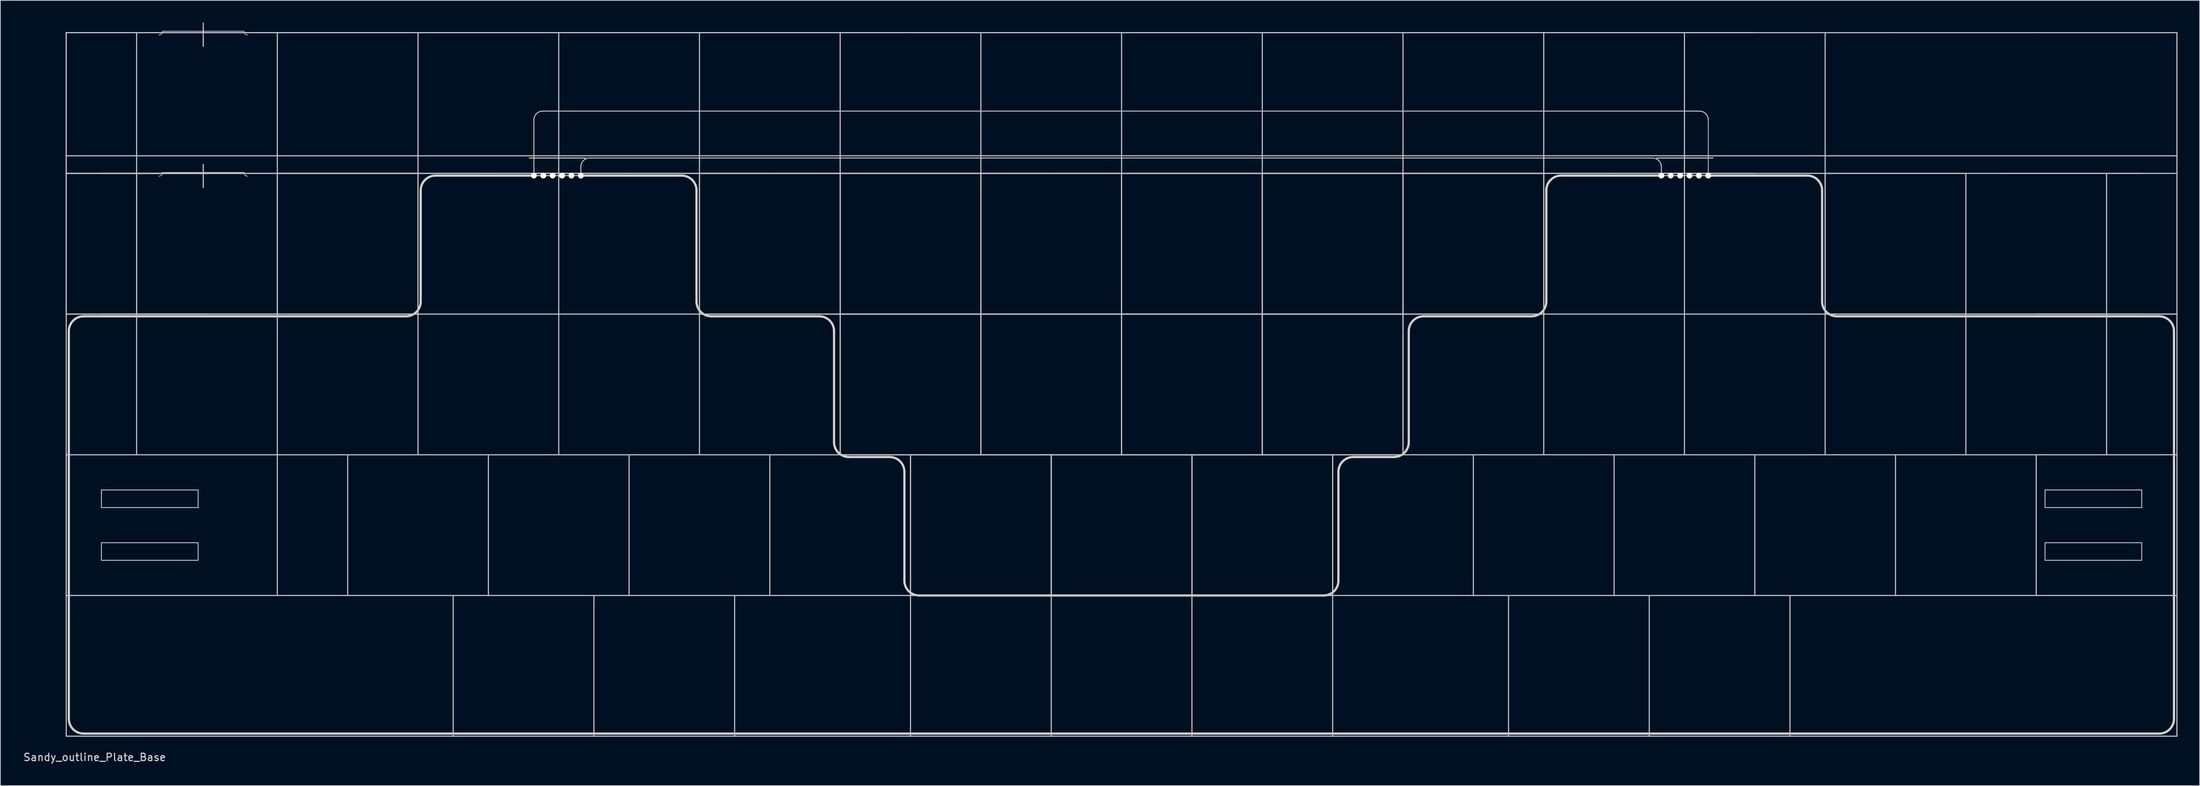
<source format=kicad_pcb>
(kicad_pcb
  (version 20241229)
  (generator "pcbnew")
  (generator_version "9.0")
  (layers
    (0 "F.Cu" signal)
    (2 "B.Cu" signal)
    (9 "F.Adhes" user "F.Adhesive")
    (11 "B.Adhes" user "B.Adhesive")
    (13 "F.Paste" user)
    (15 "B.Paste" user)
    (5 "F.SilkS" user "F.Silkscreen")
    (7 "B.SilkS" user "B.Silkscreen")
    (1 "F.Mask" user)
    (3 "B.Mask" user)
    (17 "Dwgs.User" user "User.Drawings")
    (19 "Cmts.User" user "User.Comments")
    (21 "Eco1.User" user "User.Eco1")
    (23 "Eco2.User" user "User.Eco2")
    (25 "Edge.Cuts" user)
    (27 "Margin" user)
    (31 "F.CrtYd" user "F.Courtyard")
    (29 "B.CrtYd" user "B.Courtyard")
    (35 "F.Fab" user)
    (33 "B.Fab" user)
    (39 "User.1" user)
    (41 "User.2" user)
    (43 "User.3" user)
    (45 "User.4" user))
  (footprint "Sandy_outline_Plate_Base"
    (layer "F.Cu")
    (at 5.918 1.375)
    (property "Reference" "Sandy_outline_Plate_Base" (at 3.85 98.1 0) (layer "Edge.Cuts") (effects (font (size 1 1) (thickness 0.15))))
    (attr through_hole)
    (fp_rect (start 4.763 61.913) (end 17.859 64.294) (stroke (width 0.1) (type solid)) (fill yes) (layer "F.Mask"))
    (fp_rect (start 4.763 69.056) (end 17.859 71.438) (stroke (width 0.1) (type solid)) (fill yes) (layer "F.Mask"))
    (fp_rect (start 267.891 61.913) (end 280.988 64.294) (stroke (width 0.1) (type solid)) (fill yes) (layer "F.Mask"))
    (fp_rect (start 267.891 69.056) (end 280.988 71.438) (stroke (width 0.1) (type solid)) (fill yes) (layer "F.Mask"))
    (fp_rect (start 4.763 61.913) (end 17.859 64.294) (stroke (width 0.1) (type solid)) (fill yes) (layer "B.Mask"))
    (fp_rect (start 4.763 69.056) (end 17.859 71.438) (stroke (width 0.1) (type solid)) (fill yes) (layer "B.Mask"))
    (fp_rect (start 267.891 61.913) (end 280.988 64.294) (stroke (width 0.1) (type solid)) (fill yes) (layer "B.Mask"))
    (fp_rect (start 267.891 69.056) (end 280.988 71.438) (stroke (width 0.1) (type solid)) (fill yes) (layer "B.Mask"))
    (fp_line (start 0 0) (end 19.05 0) (stroke (width 0.15) (type solid)) (layer "Dwgs.User"))
    (fp_line (start 0 0) (end 19.05 0) (stroke (width 0.15) (type solid)) (layer "Dwgs.User"))
    (fp_line (start 0 19.05) (end 0 0) (stroke (width 0.15) (type solid)) (layer "Dwgs.User"))
    (fp_line (start 0 19.05) (end 0 0) (stroke (width 0.15) (type solid)) (layer "Dwgs.User"))
    (fp_line (start 0 19.05) (end 0 38.1) (stroke (width 0.15) (type solid)) (layer "Dwgs.User"))
    (fp_line (start 0 19.05) (end 0 38.1) (stroke (width 0.15) (type solid)) (layer "Dwgs.User"))
    (fp_line (start 0 38.1) (end 19.05 38.1) (stroke (width 0.15) (type solid)) (layer "Dwgs.User"))
    (fp_line (start 0 57.15) (end 0 38.1) (stroke (width 0.15) (type solid)) (layer "Dwgs.User"))
    (fp_line (start 0 57.15) (end 104.775 57.15) (stroke (width 0.15) (type solid)) (layer "Dwgs.User"))
    (fp_line (start 0 76.2) (end 0 57.15) (stroke (width 0.15) (type solid)) (layer "Dwgs.User"))
    (fp_line (start 0 76.2) (end 0 57.15) (stroke (width 0.15) (type solid)) (layer "Dwgs.User"))
    (fp_line (start 0 76.2) (end 0 95.25) (stroke (width 0.15) (type solid)) (layer "Dwgs.User"))
    (fp_line (start 0 95.25) (end 285.75 95.25) (stroke (width 0.15) (type solid)) (layer "Dwgs.User"))
    (fp_line (start 4.763 19.05) (end 23.812 19.05) (stroke (width 0.15) (type solid)) (layer "Dwgs.User"))
    (fp_line (start 4.763 19.05) (end 23.812 19.05) (stroke (width 0.15) (type solid)) (layer "Dwgs.User"))
    (fp_line (start 9.525 0) (end 9.525 19.05) (stroke (width 0.15) (type solid)) (layer "Dwgs.User"))
    (fp_line (start 9.525 38.1) (end 9.525 19.05) (stroke (width 0.15) (type solid)) (layer "Dwgs.User"))
    (fp_line (start 9.525 38.1) (end 9.525 19.05) (stroke (width 0.15) (type solid)) (layer "Dwgs.User"))
    (fp_line (start 9.525 38.1) (end 9.525 57.15) (stroke (width 0.15) (type solid)) (layer "Dwgs.User"))
    (fp_line (start 13.05 -0.2) (end 24.05 -0.2) (stroke (width 0.1) (type solid)) (layer "Dwgs.User"))
    (fp_line (start 13.05 18.925) (end 24.05 18.925) (stroke (width 0.1) (type solid)) (layer "Dwgs.User"))
    (fp_line (start 18.55 -1.3) (end 18.55 1.85) (stroke (width 0.15) (type solid)) (layer "Dwgs.User"))
    (fp_line (start 18.55 17.825) (end 18.55 20.975) (stroke (width 0.15) (type solid)) (layer "Dwgs.User"))
    (fp_line (start 19.05 0) (end 38.1 0) (stroke (width 0.15) (type solid)) (layer "Dwgs.User"))
    (fp_line (start 19.05 0) (end 38.1 0) (stroke (width 0.15) (type solid)) (layer "Dwgs.User"))
    (fp_line (start 19.05 19.05) (end 0 19.05) (stroke (width 0.15) (type solid)) (layer "Dwgs.User"))
    (fp_line (start 19.05 19.05) (end 0 19.05) (stroke (width 0.15) (type solid)) (layer "Dwgs.User"))
    (fp_line (start 19.05 19.05) (end 0 19.05) (stroke (width 0.15) (type solid)) (layer "Dwgs.User"))
    (fp_line (start 19.05 38.1) (end 0 38.1) (stroke (width 0.15) (type solid)) (layer "Dwgs.User"))
    (fp_line (start 23.812 38.1) (end 4.763 38.1) (stroke (width 0.15) (type solid)) (layer "Dwgs.User"))
    (fp_line (start 28.575 19.05) (end 28.575 0) (stroke (width 0.15) (type solid)) (layer "Dwgs.User"))
    (fp_line (start 28.575 19.05) (end 47.625 19.05) (stroke (width 0.15) (type solid)) (layer "Dwgs.User"))
    (fp_line (start 28.575 19.05) (end 47.625 19.05) (stroke (width 0.15) (type solid)) (layer "Dwgs.User"))
    (fp_line (start 28.575 38.1) (end 9.525 38.1) (stroke (width 0.15) (type solid)) (layer "Dwgs.User"))
    (fp_line (start 28.575 38.1) (end 9.525 38.1) (stroke (width 0.15) (type solid)) (layer "Dwgs.User"))
    (fp_line (start 28.575 38.1) (end 28.575 19.05) (stroke (width 0.15) (type solid)) (layer "Dwgs.User"))
    (fp_line (start 28.575 38.1) (end 28.575 19.05) (stroke (width 0.15) (type solid)) (layer "Dwgs.User"))
    (fp_line (start 28.575 38.1) (end 28.575 57.15) (stroke (width 0.15) (type solid)) (layer "Dwgs.User"))
    (fp_line (start 28.575 57.15) (end 28.575 76.2) (stroke (width 0.15) (type solid)) (layer "Dwgs.User"))
    (fp_line (start 38.1 0) (end 57.15 0) (stroke (width 0.15) (type solid)) (layer "Dwgs.User"))
    (fp_line (start 38.1 0) (end 57.15 0) (stroke (width 0.15) (type solid)) (layer "Dwgs.User"))
    (fp_line (start 38.1 19.05) (end 19.05 19.05) (stroke (width 0.15) (type solid)) (layer "Dwgs.User"))
    (fp_line (start 38.1 19.05) (end 19.05 19.05) (stroke (width 0.15) (type solid)) (layer "Dwgs.User"))
    (fp_line (start 38.1 57.15) (end 38.1 76.2) (stroke (width 0.15) (type solid)) (layer "Dwgs.User"))
    (fp_line (start 47.625 0) (end 47.625 19.05) (stroke (width 0.15) (type solid)) (layer "Dwgs.User"))
    (fp_line (start 47.625 19.05) (end 47.625 38.1) (stroke (width 0.15) (type solid)) (layer "Dwgs.User"))
    (fp_line (start 47.625 19.05) (end 47.625 38.1) (stroke (width 0.15) (type solid)) (layer "Dwgs.User"))
    (fp_line (start 47.625 38.1) (end 28.575 38.1) (stroke (width 0.15) (type solid)) (layer "Dwgs.User"))
    (fp_line (start 47.625 38.1) (end 28.575 38.1) (stroke (width 0.15) (type solid)) (layer "Dwgs.User"))
    (fp_line (start 47.625 38.1) (end 47.625 57.15) (stroke (width 0.15) (type solid)) (layer "Dwgs.User"))
    (fp_line (start 47.625 38.1) (end 85.725 38.1) (stroke (width 0.15) (type solid)) (layer "Dwgs.User"))
    (fp_line (start 52.388 76.2) (end 52.388 95.25) (stroke (width 0.15) (type solid)) (layer "Dwgs.User"))
    (fp_line (start 57.15 0) (end 76.2 0) (stroke (width 0.15) (type solid)) (layer "Dwgs.User"))
    (fp_line (start 57.15 0) (end 76.2 0) (stroke (width 0.15) (type solid)) (layer "Dwgs.User"))
    (fp_line (start 57.15 19.05) (end 38.1 19.05) (stroke (width 0.15) (type solid)) (layer "Dwgs.User"))
    (fp_line (start 57.15 19.05) (end 38.1 19.05) (stroke (width 0.15) (type solid)) (layer "Dwgs.User"))
    (fp_line (start 57.15 57.15) (end 57.15 76.2) (stroke (width 0.15) (type solid)) (layer "Dwgs.User"))
    (fp_line (start 66.675 0) (end 66.675 19.05) (stroke (width 0.15) (type solid)) (layer "Dwgs.User"))
    (fp_line (start 66.675 19.05) (end 66.675 38.1) (stroke (width 0.15) (type solid)) (layer "Dwgs.User"))
    (fp_line (start 66.675 38.1) (end 66.675 57.15) (stroke (width 0.15) (type solid)) (layer "Dwgs.User"))
    (fp_line (start 70.288 16.969) (end 62.688 16.969) (stroke (width 0.15) (type solid)) (layer "Dwgs.User"))
    (fp_line (start 70.288 19.35) (end 62.688 19.35) (stroke (width 0.15) (type solid)) (layer "Dwgs.User"))
    (fp_line (start 71.438 76.2) (end 71.438 95.25) (stroke (width 0.15) (type solid)) (layer "Dwgs.User"))
    (fp_line (start 76.2 0) (end 95.25 0) (stroke (width 0.15) (type solid)) (layer "Dwgs.User"))
    (fp_line (start 76.2 0) (end 95.25 0) (stroke (width 0.15) (type solid)) (layer "Dwgs.User"))
    (fp_line (start 76.2 19.05) (end 57.15 19.05) (stroke (width 0.15) (type solid)) (layer "Dwgs.User"))
    (fp_line (start 76.2 19.05) (end 57.15 19.05) (stroke (width 0.15) (type solid)) (layer "Dwgs.User"))
    (fp_line (start 76.2 57.15) (end 76.2 76.2) (stroke (width 0.15) (type solid)) (layer "Dwgs.User"))
    (fp_line (start 85.725 19.05) (end 85.725 0) (stroke (width 0.15) (type solid)) (layer "Dwgs.User"))
    (fp_line (start 85.725 19.05) (end 104.775 19.05) (stroke (width 0.15) (type solid)) (layer "Dwgs.User"))
    (fp_line (start 85.725 19.05) (end 104.775 19.05) (stroke (width 0.15) (type solid)) (layer "Dwgs.User"))
    (fp_line (start 85.725 38.1) (end 85.725 19.05) (stroke (width 0.15) (type solid)) (layer "Dwgs.User"))
    (fp_line (start 85.725 38.1) (end 85.725 19.05) (stroke (width 0.15) (type solid)) (layer "Dwgs.User"))
    (fp_line (start 85.725 38.1) (end 85.725 57.15) (stroke (width 0.15) (type solid)) (layer "Dwgs.User"))
    (fp_line (start 90.487 76.2) (end 90.487 95.25) (stroke (width 0.15) (type solid)) (layer "Dwgs.User"))
    (fp_line (start 95.25 0) (end 114.3 0) (stroke (width 0.15) (type solid)) (layer "Dwgs.User"))
    (fp_line (start 95.25 0) (end 114.3 0) (stroke (width 0.15) (type solid)) (layer "Dwgs.User"))
    (fp_line (start 95.25 19.05) (end 76.2 19.05) (stroke (width 0.15) (type solid)) (layer "Dwgs.User"))
    (fp_line (start 95.25 19.05) (end 76.2 19.05) (stroke (width 0.15) (type solid)) (layer "Dwgs.User"))
    (fp_line (start 95.25 57.15) (end 95.25 76.2) (stroke (width 0.15) (type solid)) (layer "Dwgs.User"))
    (fp_line (start 104.775 0) (end 104.775 19.05) (stroke (width 0.15) (type solid)) (layer "Dwgs.User"))
    (fp_line (start 104.775 19.05) (end 104.775 38.1) (stroke (width 0.15) (type solid)) (layer "Dwgs.User"))
    (fp_line (start 104.775 19.05) (end 123.825 19.05) (stroke (width 0.15) (type solid)) (layer "Dwgs.User"))
    (fp_line (start 104.775 19.05) (end 123.825 19.05) (stroke (width 0.15) (type solid)) (layer "Dwgs.User"))
    (fp_line (start 104.775 38.1) (end 85.725 38.1) (stroke (width 0.15) (type solid)) (layer "Dwgs.User"))
    (fp_line (start 104.775 38.1) (end 85.725 38.1) (stroke (width 0.15) (type solid)) (layer "Dwgs.User"))
    (fp_line (start 104.775 38.1) (end 104.775 19.05) (stroke (width 0.15) (type solid)) (layer "Dwgs.User"))
    (fp_line (start 104.775 38.1) (end 104.775 19.05) (stroke (width 0.15) (type solid)) (layer "Dwgs.User"))
    (fp_line (start 104.775 38.1) (end 123.825 38.1) (stroke (width 0.15) (type solid)) (layer "Dwgs.User"))
    (fp_line (start 104.775 38.1) (end 123.825 38.1) (stroke (width 0.15) (type solid)) (layer "Dwgs.User"))
    (fp_line (start 104.775 57.15) (end 104.775 38.1) (stroke (width 0.15) (type solid)) (layer "Dwgs.User"))
    (fp_line (start 104.775 57.15) (end 104.775 38.1) (stroke (width 0.15) (type solid)) (layer "Dwgs.User"))
    (fp_line (start 114.3 0) (end 133.35 0) (stroke (width 0.15) (type solid)) (layer "Dwgs.User"))
    (fp_line (start 114.3 0) (end 133.35 0) (stroke (width 0.15) (type solid)) (layer "Dwgs.User"))
    (fp_line (start 114.3 19.05) (end 95.25 19.05) (stroke (width 0.15) (type solid)) (layer "Dwgs.User"))
    (fp_line (start 114.3 19.05) (end 95.25 19.05) (stroke (width 0.15) (type solid)) (layer "Dwgs.User"))
    (fp_line (start 114.3 57.15) (end 133.35 57.15) (stroke (width 0.15) (type solid)) (layer "Dwgs.User"))
    (fp_line (start 114.3 57.15) (end 133.35 57.15) (stroke (width 0.15) (type solid)) (layer "Dwgs.User"))
    (fp_line (start 114.3 76.2) (end 0 76.2) (stroke (width 0.15) (type solid)) (layer "Dwgs.User"))
    (fp_line (start 114.3 76.2) (end 114.3 57.15) (stroke (width 0.15) (type solid)) (layer "Dwgs.User"))
    (fp_line (start 114.3 76.2) (end 114.3 57.15) (stroke (width 0.15) (type solid)) (layer "Dwgs.User"))
    (fp_line (start 114.3 76.2) (end 114.3 95.25) (stroke (width 0.15) (type solid)) (layer "Dwgs.User"))
    (fp_line (start 114.3 76.2) (end 133.35 76.2) (stroke (width 0.15) (type solid)) (layer "Dwgs.User"))
    (fp_line (start 123.825 19.05) (end 123.825 0) (stroke (width 0.15) (type solid)) (layer "Dwgs.User"))
    (fp_line (start 123.825 19.05) (end 123.825 38.1) (stroke (width 0.15) (type solid)) (layer "Dwgs.User"))
    (fp_line (start 123.825 19.05) (end 123.825 38.1) (stroke (width 0.15) (type solid)) (layer "Dwgs.User"))
    (fp_line (start 123.825 19.05) (end 142.875 19.05) (stroke (width 0.15) (type solid)) (layer "Dwgs.User"))
    (fp_line (start 123.825 19.05) (end 142.875 19.05) (stroke (width 0.15) (type solid)) (layer "Dwgs.User"))
    (fp_line (start 123.825 38.1) (end 104.775 38.1) (stroke (width 0.15) (type solid)) (layer "Dwgs.User"))
    (fp_line (start 123.825 38.1) (end 104.775 38.1) (stroke (width 0.15) (type solid)) (layer "Dwgs.User"))
    (fp_line (start 123.825 38.1) (end 123.825 19.05) (stroke (width 0.15) (type solid)) (layer "Dwgs.User"))
    (fp_line (start 123.825 38.1) (end 123.825 57.15) (stroke (width 0.15) (type solid)) (layer "Dwgs.User"))
    (fp_line (start 123.825 38.1) (end 142.875 38.1) (stroke (width 0.15) (type solid)) (layer "Dwgs.User"))
    (fp_line (start 123.825 38.1) (end 142.875 38.1) (stroke (width 0.15) (type solid)) (layer "Dwgs.User"))
    (fp_line (start 123.825 57.15) (end 104.775 57.15) (stroke (width 0.15) (type solid)) (layer "Dwgs.User"))
    (fp_line (start 123.825 57.15) (end 104.775 57.15) (stroke (width 0.15) (type solid)) (layer "Dwgs.User"))
    (fp_line (start 123.825 57.15) (end 123.825 38.1) (stroke (width 0.15) (type solid)) (layer "Dwgs.User"))
    (fp_line (start 123.825 57.15) (end 123.825 38.1) (stroke (width 0.15) (type solid)) (layer "Dwgs.User"))
    (fp_line (start 133.35 0) (end 152.4 0) (stroke (width 0.15) (type solid)) (layer "Dwgs.User"))
    (fp_line (start 133.35 0) (end 152.4 0) (stroke (width 0.15) (type solid)) (layer "Dwgs.User"))
    (fp_line (start 133.35 19.05) (end 114.3 19.05) (stroke (width 0.15) (type solid)) (layer "Dwgs.User"))
    (fp_line (start 133.35 19.05) (end 114.3 19.05) (stroke (width 0.15) (type solid)) (layer "Dwgs.User"))
    (fp_line (start 133.35 57.15) (end 133.35 76.2) (stroke (width 0.15) (type solid)) (layer "Dwgs.User"))
    (fp_line (start 133.35 57.15) (end 152.4 57.15) (stroke (width 0.15) (type solid)) (layer "Dwgs.User"))
    (fp_line (start 133.35 57.15) (end 152.4 57.15) (stroke (width 0.15) (type solid)) (layer "Dwgs.User"))
    (fp_line (start 133.35 76.2) (end 114.3 76.2) (stroke (width 0.15) (type solid)) (layer "Dwgs.User"))
    (fp_line (start 133.35 76.2) (end 114.3 76.2) (stroke (width 0.15) (type solid)) (layer "Dwgs.User"))
    (fp_line (start 133.35 76.2) (end 133.35 57.15) (stroke (width 0.15) (type solid)) (layer "Dwgs.User"))
    (fp_line (start 133.35 76.2) (end 133.35 57.15) (stroke (width 0.15) (type solid)) (layer "Dwgs.User"))
    (fp_line (start 133.35 76.2) (end 133.35 95.25) (stroke (width 0.15) (type solid)) (layer "Dwgs.User"))
    (fp_line (start 142.875 19.05) (end 142.875 0) (stroke (width 0.15) (type solid)) (layer "Dwgs.User"))
    (fp_line (start 142.875 19.05) (end 142.875 38.1) (stroke (width 0.15) (type solid)) (layer "Dwgs.User"))
    (fp_line (start 142.875 19.05) (end 142.875 38.1) (stroke (width 0.15) (type solid)) (layer "Dwgs.User"))
    (fp_line (start 142.875 19.05) (end 161.925 19.05) (stroke (width 0.15) (type solid)) (layer "Dwgs.User"))
    (fp_line (start 142.875 19.05) (end 161.925 19.05) (stroke (width 0.15) (type solid)) (layer "Dwgs.User"))
    (fp_line (start 142.875 38.1) (end 123.825 38.1) (stroke (width 0.15) (type solid)) (layer "Dwgs.User"))
    (fp_line (start 142.875 38.1) (end 123.825 38.1) (stroke (width 0.15) (type solid)) (layer "Dwgs.User"))
    (fp_line (start 142.875 38.1) (end 142.875 19.05) (stroke (width 0.15) (type solid)) (layer "Dwgs.User"))
    (fp_line (start 142.875 38.1) (end 142.875 57.15) (stroke (width 0.15) (type solid)) (layer "Dwgs.User"))
    (fp_line (start 142.875 38.1) (end 161.925 38.1) (stroke (width 0.15) (type solid)) (layer "Dwgs.User"))
    (fp_line (start 142.875 38.1) (end 161.925 38.1) (stroke (width 0.15) (type solid)) (layer "Dwgs.User"))
    (fp_line (start 142.875 57.15) (end 123.825 57.15) (stroke (width 0.15) (type solid)) (layer "Dwgs.User"))
    (fp_line (start 142.875 57.15) (end 123.825 57.15) (stroke (width 0.15) (type solid)) (layer "Dwgs.User"))
    (fp_line (start 142.875 57.15) (end 142.875 38.1) (stroke (width 0.15) (type solid)) (layer "Dwgs.User"))
    (fp_line (start 142.875 57.15) (end 142.875 38.1) (stroke (width 0.15) (type solid)) (layer "Dwgs.User"))
    (fp_line (start 152.4 0) (end 171.45 0) (stroke (width 0.15) (type solid)) (layer "Dwgs.User"))
    (fp_line (start 152.4 0) (end 171.45 0) (stroke (width 0.15) (type solid)) (layer "Dwgs.User"))
    (fp_line (start 152.4 19.05) (end 133.35 19.05) (stroke (width 0.15) (type solid)) (layer "Dwgs.User"))
    (fp_line (start 152.4 19.05) (end 133.35 19.05) (stroke (width 0.15) (type solid)) (layer "Dwgs.User"))
    (fp_line (start 152.4 57.15) (end 152.4 76.2) (stroke (width 0.15) (type solid)) (layer "Dwgs.User"))
    (fp_line (start 152.4 57.15) (end 171.45 57.15) (stroke (width 0.15) (type solid)) (layer "Dwgs.User"))
    (fp_line (start 152.4 57.15) (end 171.45 57.15) (stroke (width 0.15) (type solid)) (layer "Dwgs.User"))
    (fp_line (start 152.4 76.2) (end 133.35 76.2) (stroke (width 0.15) (type solid)) (layer "Dwgs.User"))
    (fp_line (start 152.4 76.2) (end 133.35 76.2) (stroke (width 0.15) (type solid)) (layer "Dwgs.User"))
    (fp_line (start 152.4 76.2) (end 152.4 57.15) (stroke (width 0.15) (type solid)) (layer "Dwgs.User"))
    (fp_line (start 152.4 76.2) (end 152.4 57.15) (stroke (width 0.15) (type solid)) (layer "Dwgs.User"))
    (fp_line (start 152.4 76.2) (end 152.4 95.25) (stroke (width 0.15) (type solid)) (layer "Dwgs.User"))
    (fp_line (start 161.925 0) (end 161.925 19.05) (stroke (width 0.15) (type solid)) (layer "Dwgs.User"))
    (fp_line (start 161.925 19.05) (end 161.925 38.1) (stroke (width 0.15) (type solid)) (layer "Dwgs.User"))
    (fp_line (start 161.925 19.05) (end 180.975 19.05) (stroke (width 0.15) (type solid)) (layer "Dwgs.User"))
    (fp_line (start 161.925 19.05) (end 180.975 19.05) (stroke (width 0.15) (type solid)) (layer "Dwgs.User"))
    (fp_line (start 161.925 38.1) (end 142.875 38.1) (stroke (width 0.15) (type solid)) (layer "Dwgs.User"))
    (fp_line (start 161.925 38.1) (end 142.875 38.1) (stroke (width 0.15) (type solid)) (layer "Dwgs.User"))
    (fp_line (start 161.925 38.1) (end 161.925 19.05) (stroke (width 0.15) (type solid)) (layer "Dwgs.User"))
    (fp_line (start 161.925 38.1) (end 161.925 19.05) (stroke (width 0.15) (type solid)) (layer "Dwgs.User"))
    (fp_line (start 161.925 38.1) (end 161.925 57.15) (stroke (width 0.15) (type solid)) (layer "Dwgs.User"))
    (fp_line (start 161.925 38.1) (end 180.975 38.1) (stroke (width 0.15) (type solid)) (layer "Dwgs.User"))
    (fp_line (start 161.925 38.1) (end 180.975 38.1) (stroke (width 0.15) (type solid)) (layer "Dwgs.User"))
    (fp_line (start 161.925 57.15) (end 142.875 57.15) (stroke (width 0.15) (type solid)) (layer "Dwgs.User"))
    (fp_line (start 161.925 57.15) (end 142.875 57.15) (stroke (width 0.15) (type solid)) (layer "Dwgs.User"))
    (fp_line (start 161.925 57.15) (end 161.925 38.1) (stroke (width 0.15) (type solid)) (layer "Dwgs.User"))
    (fp_line (start 161.925 57.15) (end 161.925 38.1) (stroke (width 0.15) (type solid)) (layer "Dwgs.User"))
    (fp_line (start 171.45 0) (end 190.5 0) (stroke (width 0.15) (type solid)) (layer "Dwgs.User"))
    (fp_line (start 171.45 0) (end 190.5 0) (stroke (width 0.15) (type solid)) (layer "Dwgs.User"))
    (fp_line (start 171.45 19.05) (end 152.4 19.05) (stroke (width 0.15) (type solid)) (layer "Dwgs.User"))
    (fp_line (start 171.45 19.05) (end 152.4 19.05) (stroke (width 0.15) (type solid)) (layer "Dwgs.User"))
    (fp_line (start 171.45 57.15) (end 171.45 76.2) (stroke (width 0.15) (type solid)) (layer "Dwgs.User"))
    (fp_line (start 171.45 57.15) (end 171.45 76.2) (stroke (width 0.15) (type solid)) (layer "Dwgs.User"))
    (fp_line (start 171.45 76.2) (end 152.4 76.2) (stroke (width 0.15) (type solid)) (layer "Dwgs.User"))
    (fp_line (start 171.45 76.2) (end 152.4 76.2) (stroke (width 0.15) (type solid)) (layer "Dwgs.User"))
    (fp_line (start 171.45 76.2) (end 171.45 95.25) (stroke (width 0.15) (type solid)) (layer "Dwgs.User"))
    (fp_line (start 171.45 76.2) (end 285.75 76.2) (stroke (width 0.15) (type solid)) (layer "Dwgs.User"))
    (fp_line (start 180.975 0) (end 180.975 19.05) (stroke (width 0.15) (type solid)) (layer "Dwgs.User"))
    (fp_line (start 180.975 19.05) (end 180.975 38.1) (stroke (width 0.15) (type solid)) (layer "Dwgs.User"))
    (fp_line (start 180.975 19.05) (end 180.975 38.1) (stroke (width 0.15) (type solid)) (layer "Dwgs.User"))
    (fp_line (start 180.975 19.05) (end 200.025 19.05) (stroke (width 0.15) (type solid)) (layer "Dwgs.User"))
    (fp_line (start 180.975 19.05) (end 200.025 19.05) (stroke (width 0.15) (type solid)) (layer "Dwgs.User"))
    (fp_line (start 180.975 38.1) (end 161.925 38.1) (stroke (width 0.15) (type solid)) (layer "Dwgs.User"))
    (fp_line (start 180.975 38.1) (end 161.925 38.1) (stroke (width 0.15) (type solid)) (layer "Dwgs.User"))
    (fp_line (start 180.975 38.1) (end 180.975 19.05) (stroke (width 0.15) (type solid)) (layer "Dwgs.User"))
    (fp_line (start 180.975 38.1) (end 180.975 57.15) (stroke (width 0.15) (type solid)) (layer "Dwgs.User"))
    (fp_line (start 180.975 38.1) (end 180.975 57.15) (stroke (width 0.15) (type solid)) (layer "Dwgs.User"))
    (fp_line (start 180.975 57.15) (end 161.925 57.15) (stroke (width 0.15) (type solid)) (layer "Dwgs.User"))
    (fp_line (start 180.975 57.15) (end 161.925 57.15) (stroke (width 0.15) (type solid)) (layer "Dwgs.User"))
    (fp_line (start 180.975 57.15) (end 285.75 57.15) (stroke (width 0.15) (type solid)) (layer "Dwgs.User"))
    (fp_line (start 190.5 0) (end 209.55 0) (stroke (width 0.15) (type solid)) (layer "Dwgs.User"))
    (fp_line (start 190.5 0) (end 209.55 0) (stroke (width 0.15) (type solid)) (layer "Dwgs.User"))
    (fp_line (start 190.5 19.05) (end 171.45 19.05) (stroke (width 0.15) (type solid)) (layer "Dwgs.User"))
    (fp_line (start 190.5 19.05) (end 171.45 19.05) (stroke (width 0.15) (type solid)) (layer "Dwgs.User"))
    (fp_line (start 190.5 57.15) (end 190.5 76.2) (stroke (width 0.15) (type solid)) (layer "Dwgs.User"))
    (fp_line (start 195.262 76.2) (end 195.262 95.25) (stroke (width 0.15) (type solid)) (layer "Dwgs.User"))
    (fp_line (start 200.025 19.05) (end 200.025 0) (stroke (width 0.15) (type solid)) (layer "Dwgs.User"))
    (fp_line (start 200.025 19.05) (end 200.025 38.1) (stroke (width 0.15) (type solid)) (layer "Dwgs.User"))
    (fp_line (start 200.025 19.05) (end 200.025 38.1) (stroke (width 0.15) (type solid)) (layer "Dwgs.User"))
    (fp_line (start 200.025 38.1) (end 180.975 38.1) (stroke (width 0.15) (type solid)) (layer "Dwgs.User"))
    (fp_line (start 200.025 38.1) (end 180.975 38.1) (stroke (width 0.15) (type solid)) (layer "Dwgs.User"))
    (fp_line (start 200.025 38.1) (end 200.025 57.15) (stroke (width 0.15) (type solid)) (layer "Dwgs.User"))
    (fp_line (start 200.025 38.1) (end 238.125 38.1) (stroke (width 0.15) (type solid)) (layer "Dwgs.User"))
    (fp_line (start 209.55 0) (end 228.6 0) (stroke (width 0.15) (type solid)) (layer "Dwgs.User"))
    (fp_line (start 209.55 0) (end 228.6 0) (stroke (width 0.15) (type solid)) (layer "Dwgs.User"))
    (fp_line (start 209.55 19.05) (end 190.5 19.05) (stroke (width 0.15) (type solid)) (layer "Dwgs.User"))
    (fp_line (start 209.55 19.05) (end 190.5 19.05) (stroke (width 0.15) (type solid)) (layer "Dwgs.User"))
    (fp_line (start 209.55 57.15) (end 209.55 76.2) (stroke (width 0.15) (type solid)) (layer "Dwgs.User"))
    (fp_line (start 214.312 76.2) (end 214.312 95.25) (stroke (width 0.15) (type solid)) (layer "Dwgs.User"))
    (fp_line (start 219.075 19.05) (end 219.075 0) (stroke (width 0.15) (type solid)) (layer "Dwgs.User"))
    (fp_line (start 219.075 19.05) (end 219.075 38.1) (stroke (width 0.15) (type solid)) (layer "Dwgs.User"))
    (fp_line (start 219.075 38.1) (end 219.075 57.15) (stroke (width 0.15) (type solid)) (layer "Dwgs.User"))
    (fp_line (start 222.925 16.969) (end 215.325 16.969) (stroke (width 0.15) (type solid)) (layer "Dwgs.User"))
    (fp_line (start 222.925 19.35) (end 215.325 19.35) (stroke (width 0.15) (type solid)) (layer "Dwgs.User"))
    (fp_line (start 228.6 0) (end 247.65 0) (stroke (width 0.15) (type solid)) (layer "Dwgs.User"))
    (fp_line (start 228.6 19.05) (end 209.55 19.05) (stroke (width 0.15) (type solid)) (layer "Dwgs.User"))
    (fp_line (start 228.6 19.05) (end 209.55 19.05) (stroke (width 0.15) (type solid)) (layer "Dwgs.User"))
    (fp_line (start 228.6 57.15) (end 228.6 76.2) (stroke (width 0.15) (type solid)) (layer "Dwgs.User"))
    (fp_line (start 233.363 76.2) (end 233.363 95.25) (stroke (width 0.15) (type solid)) (layer "Dwgs.User"))
    (fp_line (start 238.125 0) (end 238.125 19.05) (stroke (width 0.15) (type solid)) (layer "Dwgs.User"))
    (fp_line (start 238.125 19.05) (end 257.175 19.05) (stroke (width 0.15) (type solid)) (layer "Dwgs.User"))
    (fp_line (start 238.125 38.1) (end 238.125 19.05) (stroke (width 0.15) (type solid)) (layer "Dwgs.User"))
    (fp_line (start 238.125 38.1) (end 238.125 19.05) (stroke (width 0.15) (type solid)) (layer "Dwgs.User"))
    (fp_line (start 238.125 38.1) (end 238.125 57.15) (stroke (width 0.15) (type solid)) (layer "Dwgs.User"))
    (fp_line (start 247.65 0) (end 266.7 0) (stroke (width 0.15) (type solid)) (layer "Dwgs.User"))
    (fp_line (start 247.65 19.05) (end 228.6 19.05) (stroke (width 0.15) (type solid)) (layer "Dwgs.User"))
    (fp_line (start 247.65 57.15) (end 247.65 76.2) (stroke (width 0.15) (type solid)) (layer "Dwgs.User"))
    (fp_line (start 257.175 19.05) (end 257.175 38.1) (stroke (width 0.15) (type solid)) (layer "Dwgs.User"))
    (fp_line (start 257.175 38.1) (end 238.125 38.1) (stroke (width 0.15) (type solid)) (layer "Dwgs.User"))
    (fp_line (start 257.175 38.1) (end 238.125 38.1) (stroke (width 0.15) (type solid)) (layer "Dwgs.User"))
    (fp_line (start 257.175 38.1) (end 257.175 57.15) (stroke (width 0.15) (type solid)) (layer "Dwgs.User"))
    (fp_line (start 261.938 19.05) (end 280.988 19.05) (stroke (width 0.15) (type solid)) (layer "Dwgs.User"))
    (fp_line (start 266.7 0) (end 285.75 0) (stroke (width 0.15) (type solid)) (layer "Dwgs.User"))
    (fp_line (start 266.7 19.05) (end 247.65 19.05) (stroke (width 0.15) (type solid)) (layer "Dwgs.User"))
    (fp_line (start 266.7 57.15) (end 266.7 76.2) (stroke (width 0.15) (type solid)) (layer "Dwgs.User"))
    (fp_line (start 276.225 38.1) (end 257.175 38.1) (stroke (width 0.15) (type solid)) (layer "Dwgs.User"))
    (fp_line (start 276.225 38.1) (end 276.225 19.05) (stroke (width 0.15) (type solid)) (layer "Dwgs.User"))
    (fp_line (start 276.225 38.1) (end 276.225 57.15) (stroke (width 0.15) (type solid)) (layer "Dwgs.User"))
    (fp_line (start 280.988 38.1) (end 257.175 38.1) (stroke (width 0.15) (type solid)) (layer "Dwgs.User"))
    (fp_line (start 285.75 0) (end 285.75 19.05) (stroke (width 0.15) (type solid)) (layer "Dwgs.User"))
    (fp_line (start 285.75 16.669) (end 0 16.669) (stroke (width 0.15) (type solid)) (layer "Dwgs.User"))
    (fp_line (start 285.75 19.05) (end 266.7 19.05) (stroke (width 0.15) (type solid)) (layer "Dwgs.User"))
    (fp_line (start 285.75 19.05) (end 285.75 38.1) (stroke (width 0.15) (type solid)) (layer "Dwgs.User"))
    (fp_line (start 285.75 38.1) (end 266.7 38.1) (stroke (width 0.15) (type solid)) (layer "Dwgs.User"))
    (fp_line (start 285.75 38.1) (end 266.7 38.1) (stroke (width 0.15) (type solid)) (layer "Dwgs.User"))
    (fp_line (start 285.75 38.1) (end 285.75 57.15) (stroke (width 0.15) (type solid)) (layer "Dwgs.User"))
    (fp_line (start 285.75 57.15) (end 285.75 76.2) (stroke (width 0.15) (type solid)) (layer "Dwgs.User"))
    (fp_line (start 285.75 95.25) (end 285.75 76.2) (stroke (width 0.15) (type solid)) (layer "Dwgs.User"))
    (fp_rect (start 4.763 61.913) (end 17.859 64.294) (stroke (width 0.12) (type default)) (fill no) (layer "Dwgs.User"))
    (fp_rect (start 4.763 69.056) (end 17.859 71.438) (stroke (width 0.12) (type default)) (fill no) (layer "Dwgs.User"))
    (fp_rect (start 267.891 61.913) (end 280.988 64.294) (stroke (width 0.12) (type default)) (fill no) (layer "Dwgs.User"))
    (fp_rect (start 267.891 69.056) (end 280.988 71.438) (stroke (width 0.12) (type default)) (fill no) (layer "Dwgs.User"))
    (fp_arc (start 13.05 -0.20004) (mid 12.903553 0.153513) (end 12.55 0.29996) (stroke (width 0.1) (type solid)) (layer "Dwgs.User"))
    (fp_arc (start 13.05 18.925) (mid 12.903553 19.278553) (end 12.55 19.425) (stroke (width 0.1) (type solid)) (layer "Dwgs.User"))
    (fp_arc (start 24.55 0.29996) (mid 24.196447 0.153513) (end 24.05 -0.20004) (stroke (width 0.1) (type solid)) (layer "Dwgs.User"))
    (fp_arc (start 24.55 19.425) (mid 24.196461 19.278551) (end 24.05 18.925) (stroke (width 0.1) (type solid)) (layer "Dwgs.User"))
    (fp_arc (start 88.34 37.54996) (mid 86.925786 36.964174) (end 86.34 35.54996) (stroke (width 0.3) (type solid)) (layer "Eco1.User"))
    (fp_line (start 0.35 35.472) (end 0.35 21.35) (stroke (width 0.3) (type solid)) (layer "Eco2.User"))
    (fp_line (start 2.35 19.35) (end 45.03 19.35) (stroke (width 0.3) (type solid)) (layer "Eco2.User"))
    (fp_line (start 2.35 37.472) (end 45.02 37.486) (stroke (width 0.3) (type solid)) (layer "Eco2.User"))
    (fp_line (start 47.02 35.486) (end 47.03 21.35) (stroke (width 0.3) (type solid)) (layer "Eco2.User"))
    (fp_line (start 86.34 35.55) (end 86.34 18.969) (stroke (width 0.3) (type solid)) (layer "Eco2.User"))
    (fp_line (start 88.34 37.55) (end 103.4 37.55) (stroke (width 0.3) (type solid)) (layer "Eco2.User"))
    (fp_line (start 105.4 54.55) (end 105.4 39.55) (stroke (width 0.3) (type solid)) (layer "Eco2.User"))
    (fp_line (start 107.4 56.55) (end 112.925 56.55) (stroke (width 0.3) (type solid)) (layer "Eco2.User"))
    (fp_line (start 114.925 73.625) (end 114.925 58.55) (stroke (width 0.3) (type solid)) (layer "Eco2.User"))
    (fp_line (start 116.925 75.625) (end 168.85 75.621) (stroke (width 0.3) (type solid)) (layer "Eco2.User"))
    (fp_line (start 170.85 73.621) (end 170.85 58.489) (stroke (width 0.3) (type solid)) (layer "Eco2.User"))
    (fp_line (start 172.85 56.489) (end 178.35 56.479) (stroke (width 0.3) (type solid)) (layer "Eco2.User"))
    (fp_line (start 180.35 54.479) (end 180.35 39.472) (stroke (width 0.3) (type solid)) (layer "Eco2.User"))
    (fp_line (start 182.35 37.472) (end 197.43 37.462) (stroke (width 0.3) (type solid)) (layer "Eco2.User"))
    (fp_line (start 197.43 16.969) (end 88.34 16.969) (stroke (width 0.3) (type solid)) (layer "Eco2.User"))
    (fp_line (start 199.43 35.462) (end 199.43 18.969) (stroke (width 0.3) (type solid)) (layer "Eco2.User"))
    (fp_line (start 238.68 35.457) (end 238.68 21.336) (stroke (width 0.3) (type solid)) (layer "Eco2.User"))
    (fp_line (start 240.68 19.336) (end 283.36 19.336) (stroke (width 0.3) (type solid)) (layer "Eco2.User"))
    (fp_line (start 240.68 37.457) (end 283.35 37.472) (stroke (width 0.3) (type solid)) (layer "Eco2.User"))
    (fp_line (start 285.35 35.472) (end 285.36 21.336) (stroke (width 0.3) (type solid)) (layer "Eco2.User"))
    (fp_arc (start 0.35 21.34996) (mid 0.935786 19.935746) (end 2.35 19.34996) (stroke (width 0.3) (type solid)) (layer "Eco2.User"))
    (fp_arc (start 2.35 37.471532) (mid 0.935786 36.885746) (end 0.35 35.471532) (stroke (width 0.3) (type solid)) (layer "Eco2.User"))
    (fp_arc (start 45.03 19.34996) (mid 46.444226 19.935734) (end 47.03 21.34996) (stroke (width 0.3) (type solid)) (layer "Eco2.User"))
    (fp_arc (start 47.02 35.485746) (mid 46.434214 36.89996) (end 45.02 37.485746) (stroke (width 0.3) (type solid)) (layer "Eco2.User"))
    (fp_arc (start 86.34 18.96871) (mid 86.925786 17.554497) (end 88.34 16.96871) (stroke (width 0.3) (type solid)) (layer "Eco2.User"))
    (fp_arc (start 103.4 37.54996) (mid 104.814214 38.135746) (end 105.4 39.54996) (stroke (width 0.3) (type solid)) (layer "Eco2.User"))
    (fp_arc (start 107.4 56.54996) (mid 105.985786 55.964174) (end 105.4 54.54996) (stroke (width 0.3) (type solid)) (layer "Eco2.User"))
    (fp_arc (start 112.925 56.54996) (mid 114.339214 57.135746) (end 114.925 58.54996) (stroke (width 0.3) (type solid)) (layer "Eco2.User"))
    (fp_arc (start 116.925 75.62496) (mid 115.510786 75.039174) (end 114.925 73.62496) (stroke (width 0.3) (type solid)) (layer "Eco2.User"))
    (fp_arc (start 170.85 58.489174) (mid 171.43577 57.074944) (end 172.85 56.489174) (stroke (width 0.3) (type solid)) (layer "Eco2.User"))
    (fp_arc (start 170.85 73.620746) (mid 170.264211 75.034957) (end 168.85 75.620746) (stroke (width 0.3) (type solid)) (layer "Eco2.User"))
    (fp_arc (start 180.35 39.471532) (mid 180.935786 38.057319) (end 182.35 37.471532) (stroke (width 0.3) (type solid)) (layer "Eco2.User"))
    (fp_arc (start 180.35 54.479174) (mid 179.764197 55.893371) (end 178.35 56.479174) (stroke (width 0.3) (type solid)) (layer "Eco2.User"))
    (fp_arc (start 197.43 16.96871) (mid 198.844215 17.554495) (end 199.43 18.96871) (stroke (width 0.3) (type solid)) (layer "Eco2.User"))
    (fp_arc (start 199.43 35.461532) (mid 198.844199 36.875731) (end 197.43 37.461532) (stroke (width 0.3) (type solid)) (layer "Eco2.User"))
    (fp_arc (start 238.68 21.335746) (mid 239.265776 19.921538) (end 240.68 19.335746) (stroke (width 0.3) (type solid)) (layer "Eco2.User"))
    (fp_arc (start 240.68 37.457318) (mid 239.26578 36.871533) (end 238.68 35.457318) (stroke (width 0.3) (type solid)) (layer "Eco2.User"))
    (fp_arc (start 283.36 19.335746) (mid 284.774233 19.921529) (end 285.36 21.335746) (stroke (width 0.3) (type solid)) (layer "Eco2.User"))
    (fp_arc (start 285.35 35.471532) (mid 284.764208 36.88576) (end 283.35 37.471532) (stroke (width 0.3) (type solid)) (layer "Eco2.User"))
    (fp_line (start 0.35 92.9) (end 0.35 40.4) (stroke (width 0.3) (type solid)) (layer "Edge.Cuts"))
    (fp_line (start 2.35 38.4) (end 45.987 38.4) (stroke (width 0.3) (type solid)) (layer "Edge.Cuts"))
    (fp_line (start 47.987 21.35) (end 47.987 36.4) (stroke (width 0.3) (type solid)) (layer "Edge.Cuts"))
    (fp_line (start 49.987 19.35) (end 63.313 19.35) (stroke (width 0.3) (type solid)) (layer "Edge.Cuts"))
    (fp_line (start 63.313 11.809) (end 63.313 19.35) (stroke (width 0.12) (type solid)) (layer "Edge.Cuts"))
    (fp_line (start 69.663 18.159) (end 69.663 19.35) (stroke (width 0.12) (type solid)) (layer "Edge.Cuts"))
    (fp_line (start 69.663 19.35) (end 83.325 19.35) (stroke (width 0.3) (type solid)) (layer "Edge.Cuts"))
    (fp_line (start 70.853 16.969) (end 214.76 16.969) (stroke (width 0.12) (type solid)) (layer "Edge.Cuts"))
    (fp_line (start 85.325 21.35) (end 85.325 36.4) (stroke (width 0.3) (type solid)) (layer "Edge.Cuts"))
    (fp_line (start 87.325 38.4) (end 101.947 38.4) (stroke (width 0.3) (type solid)) (layer "Edge.Cuts"))
    (fp_line (start 103.947 40.4) (end 103.947 55.45) (stroke (width 0.3) (type solid)) (layer "Edge.Cuts"))
    (fp_line (start 105.947 57.45) (end 111.472 57.45) (stroke (width 0.3) (type solid)) (layer "Edge.Cuts"))
    (fp_line (start 113.472 59.45) (end 113.472 74.2) (stroke (width 0.3) (type solid)) (layer "Edge.Cuts"))
    (fp_line (start 170.228 76.2) (end 115.472 76.2) (stroke (width 0.3) (type solid)) (layer "Edge.Cuts"))
    (fp_line (start 172.228 59.45) (end 172.228 74.2) (stroke (width 0.3) (type solid)) (layer "Edge.Cuts"))
    (fp_line (start 179.753 57.45) (end 174.228 57.45) (stroke (width 0.3) (type solid)) (layer "Edge.Cuts"))
    (fp_line (start 181.753 40.4) (end 181.753 55.45) (stroke (width 0.3) (type solid)) (layer "Edge.Cuts"))
    (fp_line (start 198.375 38.4) (end 183.753 38.4) (stroke (width 0.3) (type solid)) (layer "Edge.Cuts"))
    (fp_line (start 200.375 21.35) (end 200.375 36.4) (stroke (width 0.3) (type solid)) (layer "Edge.Cuts"))
    (fp_line (start 215.95 18.159) (end 215.95 19.35) (stroke (width 0.12) (type solid)) (layer "Edge.Cuts"))
    (fp_line (start 215.95 19.35) (end 202.375 19.35) (stroke (width 0.3) (type solid)) (layer "Edge.Cuts"))
    (fp_line (start 221.11 10.619) (end 64.503 10.619) (stroke (width 0.12) (type solid)) (layer "Edge.Cuts"))
    (fp_line (start 222.3 19.35) (end 222.3 11.809) (stroke (width 0.1) (type solid)) (layer "Edge.Cuts"))
    (fp_line (start 235.713 19.35) (end 222.3 19.35) (stroke (width 0.3) (type solid)) (layer "Edge.Cuts"))
    (fp_line (start 237.713 21.35) (end 237.713 36.4) (stroke (width 0.3) (type solid)) (layer "Edge.Cuts"))
    (fp_line (start 283.35 38.4) (end 239.713 38.4) (stroke (width 0.3) (type solid)) (layer "Edge.Cuts"))
    (fp_line (start 283.35 94.9) (end 2.35 94.9) (stroke (width 0.3) (type solid)) (layer "Edge.Cuts"))
    (fp_line (start 285.35 40.4) (end 285.35 92.9) (stroke (width 0.3) (type solid)) (layer "Edge.Cuts"))
    (fp_arc (start 0.35 40.39996) (mid 0.935787 38.985747) (end 2.35 38.39996) (stroke (width 0.3) (type solid)) (layer "Edge.Cuts"))
    (fp_arc (start 2.35 94.89996) (mid 0.935786 94.314174) (end 0.35 92.89996) (stroke (width 0.3) (type solid)) (layer "Edge.Cuts"))
    (fp_arc (start 47.9875 21.34996) (mid 48.573287 19.935747) (end 49.9875 19.34996) (stroke (width 0.3) (type solid)) (layer "Edge.Cuts"))
    (fp_arc (start 47.9875 36.39996) (mid 47.401713 37.814173) (end 45.9875 38.39996) (stroke (width 0.3) (type solid)) (layer "Edge.Cuts"))
    (fp_arc (start 63.312503 11.809335) (mid 63.661229 10.967436) (end 64.503128 10.61871) (stroke (width 0.12) (type solid)) (layer "Edge.Cuts"))
    (fp_arc (start 69.662503 18.159332) (mid 70.01123 17.317434) (end 70.853128 16.968707) (stroke (width 0.12) (type solid)) (layer "Edge.Cuts"))
    (fp_arc (start 83.325 19.34996) (mid 84.739213 19.935747) (end 85.325 21.34996) (stroke (width 0.3) (type solid)) (layer "Edge.Cuts"))
    (fp_arc (start 87.325 38.39996) (mid 85.910787 37.814173) (end 85.325 36.39996) (stroke (width 0.3) (type solid)) (layer "Edge.Cuts"))
    (fp_arc (start 101.946875 38.39996) (mid 103.361088 38.985747) (end 103.946875 40.39996) (stroke (width 0.3) (type solid)) (layer "Edge.Cuts"))
    (fp_arc (start 105.946875 57.44996) (mid 104.532662 56.864173) (end 103.946875 55.44996) (stroke (width 0.3) (type solid)) (layer "Edge.Cuts"))
    (fp_arc (start 111.471875 57.44996) (mid 112.886088 58.035747) (end 113.471875 59.44996) (stroke (width 0.3) (type solid)) (layer "Edge.Cuts"))
    (fp_arc (start 115.471875 76.2) (mid 114.057665 75.614207) (end 113.471875 74.2) (stroke (width 0.3) (type solid)) (layer "Edge.Cuts"))
    (fp_arc (start 172.228125 59.44996) (mid 172.813911 58.035745) (end 174.228125 57.44996) (stroke (width 0.3) (type solid)) (layer "Edge.Cuts"))
    (fp_arc (start 172.228125 74.2) (mid 171.642328 75.6142) (end 170.228125 76.2) (stroke (width 0.3) (type solid)) (layer "Edge.Cuts"))
    (fp_arc (start 181.753125 40.39996) (mid 182.338911 38.985745) (end 183.753125 38.39996) (stroke (width 0.3) (type solid)) (layer "Edge.Cuts"))
    (fp_arc (start 181.753125 55.44996) (mid 181.167339 56.864175) (end 179.753125 57.44996) (stroke (width 0.3) (type solid)) (layer "Edge.Cuts"))
    (fp_arc (start 200.375 21.34996) (mid 200.960801 19.935772) (end 202.375 19.34996) (stroke (width 0.3) (type solid)) (layer "Edge.Cuts"))
    (fp_arc (start 200.375 36.39996) (mid 199.789214 37.814174) (end 198.375 38.39996) (stroke (width 0.3) (type solid)) (layer "Edge.Cuts"))
    (fp_arc (start 214.759525 16.96871) (mid 215.601431 17.317441) (end 215.95015 18.159335) (stroke (width 0.12) (type solid)) (layer "Edge.Cuts"))
    (fp_arc (start 221.109525 10.61871) (mid 221.951395 10.967447) (end 222.30015 11.809335) (stroke (width 0.12) (type solid)) (layer "Edge.Cuts"))
    (fp_arc (start 235.7125 19.34996) (mid 237.126728 19.935744) (end 237.7125 21.34996) (stroke (width 0.3) (type solid)) (layer "Edge.Cuts"))
    (fp_arc (start 239.7125 38.39996) (mid 238.298295 37.814165) (end 237.7125 36.39996) (stroke (width 0.3) (type solid)) (layer "Edge.Cuts"))
    (fp_arc (start 283.35 38.39996) (mid 284.764228 38.985744) (end 285.35 40.39996) (stroke (width 0.3) (type solid)) (layer "Edge.Cuts"))
    (fp_arc (start 285.35 92.89996) (mid 284.764228 94.314199) (end 283.35 94.89996) (stroke (width 0.3) (type solid)) (layer "Edge.Cuts"))
    (pad "" np_thru_hole circle (at 63.313 19.35 180) (size 0.787 0.787) (drill 0.787) (layers "*.Cu" "*.Mask"))
    (pad "" np_thru_hole circle (at 64.583 19.35 180) (size 0.787 0.787) (drill 0.787) (layers "*.Cu" "*.Mask"))
    (pad "" np_thru_hole circle (at 65.853 19.35 180) (size 0.787 0.787) (drill 0.787) (layers "*.Cu" "*.Mask"))
    (pad "" np_thru_hole circle (at 67.123 19.35 180) (size 0.787 0.787) (drill 0.787) (layers "*.Cu" "*.Mask"))
    (pad "" np_thru_hole circle (at 68.393 19.35 180) (size 0.787 0.787) (drill 0.787) (layers "*.Cu" "*.Mask"))
    (pad "" np_thru_hole circle (at 69.663 19.35 180) (size 0.787 0.787) (drill 0.787) (layers "*.Cu" "*.Mask"))
    (pad "" np_thru_hole circle (at 215.95 19.35 180) (size 0.787 0.787) (drill 0.787) (layers "*.Cu" "*.Mask"))
    (pad "" np_thru_hole circle (at 217.22 19.35 180) (size 0.787 0.787) (drill 0.787) (layers "*.Cu" "*.Mask"))
    (pad "" np_thru_hole circle (at 218.49 19.35 180) (size 0.787 0.787) (drill 0.787) (layers "*.Cu" "*.Mask"))
    (pad "" np_thru_hole circle (at 219.76 19.35 180) (size 0.787 0.787) (drill 0.787) (layers "*.Cu" "*.Mask"))
    (pad "" np_thru_hole circle (at 221.03 19.35 180) (size 0.787 0.787) (drill 0.787) (layers "*.Cu" "*.Mask"))
    (pad "" np_thru_hole circle (at 222.3 19.35 180) (size 0.787 0.787) (drill 0.787) (layers "*.Cu" "*.Mask"))
    (zone (net_name "") (layers "F.Cu" "B.Cu") (hatch edge 0.508) (connect_pads) (min_thickness 0.254) (filled_areas_thickness no) (keepout (tracks allowed) (vias allowed) (pads allowed) (copperpour not_allowed) (footprints allowed)) (placement (enabled no)) (fill) (polygon (pts (xy 23.777 65.669) (xy 10.68 65.669) (xy 10.68 63.288) (xy 23.777 63.288))))
    (zone (net_name "") (layers "F.Cu" "B.Cu") (hatch edge 0.508) (connect_pads) (min_thickness 0.254) (filled_areas_thickness no) (keepout (tracks allowed) (vias allowed) (pads allowed) (copperpour not_allowed) (footprints allowed)) (placement (enabled no)) (fill) (polygon (pts (xy 23.777 72.813) (xy 10.68 72.813) (xy 10.68 70.431) (xy 23.777 70.431))))
    (zone (net_name "") (layers "F.Cu" "B.Cu") (hatch edge 0.508) (connect_pads) (min_thickness 0.254) (filled_areas_thickness no) (keepout (tracks allowed) (vias allowed) (pads allowed) (copperpour not_allowed) (footprints allowed)) (placement (enabled no)) (fill) (polygon (pts (xy 286.905 65.669) (xy 273.808 65.669) (xy 273.808 63.288) (xy 286.905 63.288))))
    (zone (net_name "") (layers "F.Cu" "B.Cu") (hatch edge 0.508) (connect_pads) (min_thickness 0.254) (filled_areas_thickness no) (keepout (tracks allowed) (vias allowed) (pads allowed) (copperpour not_allowed) (footprints allowed)) (placement (enabled no)) (fill) (polygon (pts (xy 286.905 72.813) (xy 273.808 72.813) (xy 273.808 70.431) (xy 286.905 70.431)))))
  (gr_rect
    (start -3 -3)
    (end 294.743 103.323)
    (stroke (width 0.1) (type default))
    (fill no)
    (layer "Edge.Cuts")))
</source>
